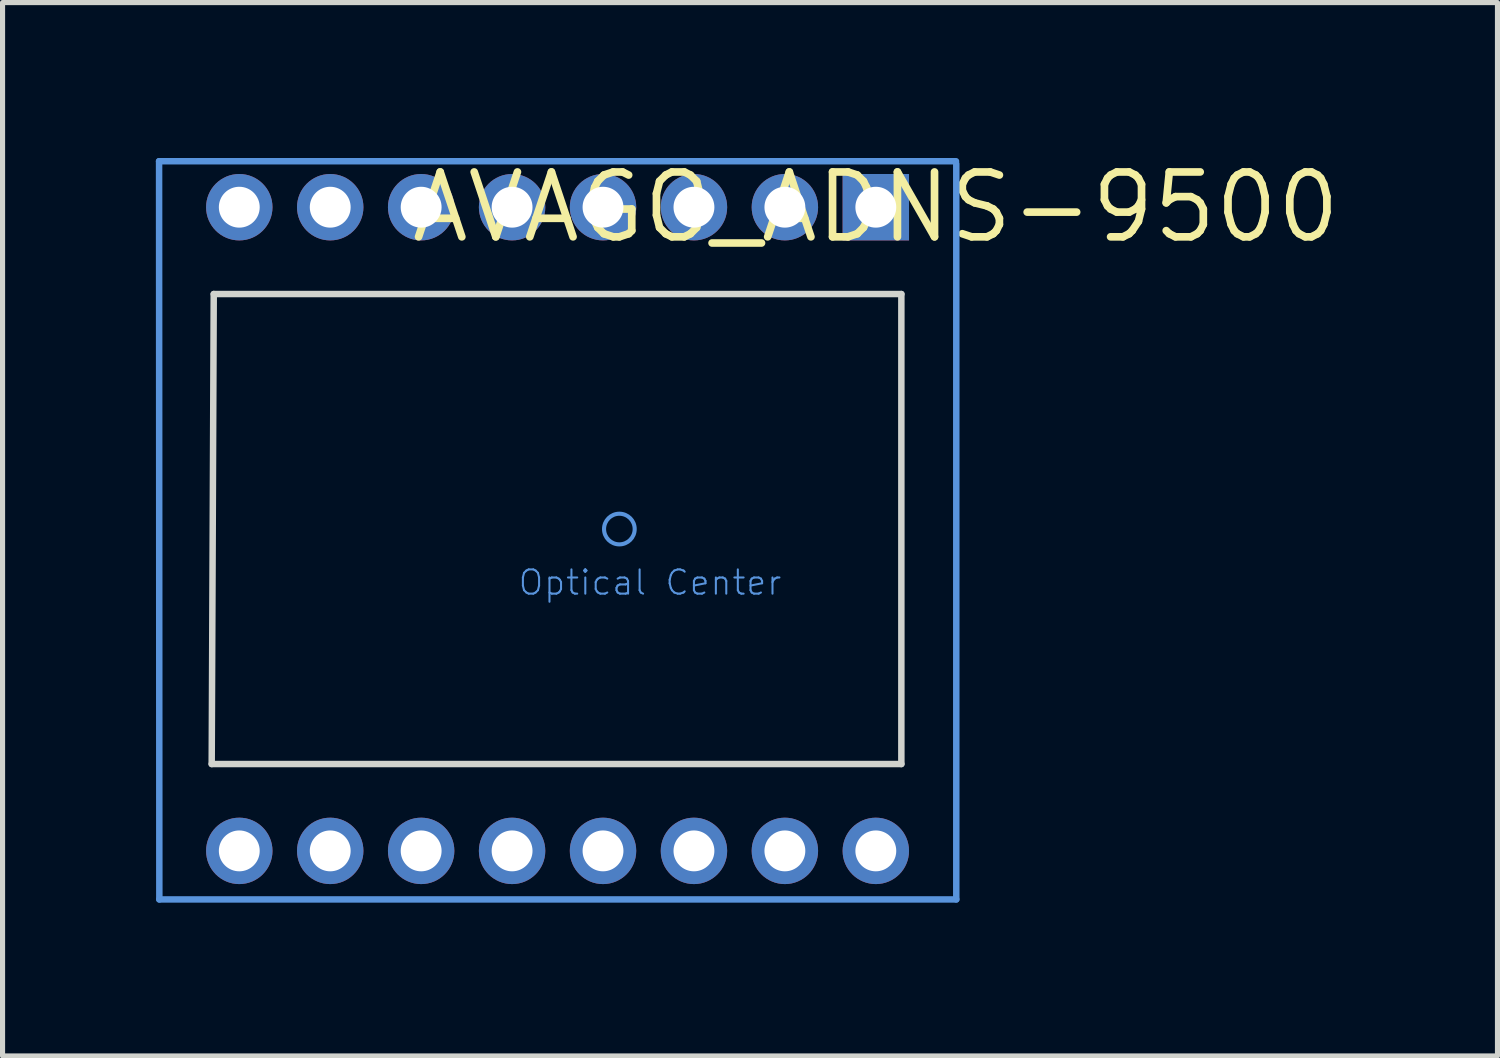
<source format=kicad_pcb>
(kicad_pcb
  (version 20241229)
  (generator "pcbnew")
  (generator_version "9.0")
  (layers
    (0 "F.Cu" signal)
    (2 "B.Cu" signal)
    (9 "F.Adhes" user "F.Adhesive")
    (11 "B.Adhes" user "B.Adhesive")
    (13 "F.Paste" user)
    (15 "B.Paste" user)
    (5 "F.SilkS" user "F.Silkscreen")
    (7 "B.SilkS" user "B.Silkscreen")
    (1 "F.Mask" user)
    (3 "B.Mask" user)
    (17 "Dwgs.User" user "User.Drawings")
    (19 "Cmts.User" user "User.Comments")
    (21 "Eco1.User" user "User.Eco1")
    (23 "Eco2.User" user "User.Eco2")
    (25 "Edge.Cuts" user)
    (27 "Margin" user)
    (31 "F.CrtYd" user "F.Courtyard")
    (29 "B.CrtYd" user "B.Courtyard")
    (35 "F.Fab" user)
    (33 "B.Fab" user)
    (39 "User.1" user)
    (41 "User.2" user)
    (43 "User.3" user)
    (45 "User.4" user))
  (footprint "AVAGO_ADNS-9500"
    (layer "F.Cu")
    (at 14.094 1.006)
    (property "Reference" "AVAGO_ADNS-9500" (at 0 0 0) (layer "F.SilkS") (effects (font (size 1.27 1.27) (thickness 0.15))))
    (attr through_hole)
    (fp_line (start -14.03 -0.9) (end -14.025 13.55) (stroke (width 0.127) (type solid)) (layer "Cmts.User"))
    (fp_line (start -14.025 13.55) (end 1.575 13.55) (stroke (width 0.127) (type solid)) (layer "Cmts.User"))
    (fp_line (start 1.57 -0.9) (end -14.03 -0.9) (stroke (width 0.127) (type solid)) (layer "Cmts.User"))
    (fp_line (start 1.575 13.55) (end 1.575 -0.85) (stroke (width 0.127) (type solid)) (layer "Cmts.User"))
    (fp_circle (center -5.02 6.3) (end -4.72 6.3) (stroke (width 0.08) (type solid)) (fill no) (layer "Cmts.User"))
    (fp_line (start -13 10.9) (end 0.5 10.9) (stroke (width 0.127) (type solid)) (layer "Edge.Cuts"))
    (fp_line (start -12.96 1.7) (end -13 10.9) (stroke (width 0.127) (type solid)) (layer "Edge.Cuts"))
    (fp_line (start 0.5 1.7) (end -12.96 1.7) (stroke (width 0.127) (type solid)) (layer "Edge.Cuts"))
    (fp_line (start 0.5 10.9) (end 0.5 1.7) (stroke (width 0.127) (type solid)) (layer "Edge.Cuts"))
    (fp_text user "Optical Center" (at -7.025 7.625 0) (layer "Cmts.User") (effects (font (size 0.475 0.475) (thickness 0.04)) (justify left bottom)))
    (pad "P$1" thru_hole rect (at 0 0) (size 1.3 1.3) (drill 0.8) (layers "*.Cu" "*.Mask"))
    (pad "P$2" thru_hole circle (at -1.78 0) (size 1.3 1.3) (drill 0.8) (layers "*.Cu" "*.Mask"))
    (pad "P$3" thru_hole circle (at -3.56 0) (size 1.3 1.3) (drill 0.8) (layers "*.Cu" "*.Mask"))
    (pad "P$4" thru_hole circle (at -5.34 0) (size 1.3 1.3) (drill 0.8) (layers "*.Cu" "*.Mask"))
    (pad "P$5" thru_hole circle (at -7.12 0) (size 1.3 1.3) (drill 0.8) (layers "*.Cu" "*.Mask"))
    (pad "P$6" thru_hole circle (at -8.9 0) (size 1.3 1.3) (drill 0.8) (layers "*.Cu" "*.Mask"))
    (pad "P$7" thru_hole circle (at -10.68 0) (size 1.3 1.3) (drill 0.8) (layers "*.Cu" "*.Mask"))
    (pad "P$8" thru_hole circle (at -12.46 0) (size 1.3 1.3) (drill 0.8) (layers "*.Cu" "*.Mask"))
    (pad "P$9" thru_hole circle (at -12.46 12.6) (size 1.3 1.3) (drill 0.8) (layers "*.Cu" "*.Mask"))
    (pad "P$10" thru_hole circle (at -10.68 12.6) (size 1.3 1.3) (drill 0.8) (layers "*.Cu" "*.Mask"))
    (pad "P$11" thru_hole circle (at -8.9 12.6) (size 1.3 1.3) (drill 0.8) (layers "*.Cu" "*.Mask"))
    (pad "P$12" thru_hole circle (at -7.12 12.6) (size 1.3 1.3) (drill 0.8) (layers "*.Cu" "*.Mask"))
    (pad "P$13" thru_hole circle (at -5.34 12.6) (size 1.3 1.3) (drill 0.8) (layers "*.Cu" "*.Mask"))
    (pad "P$14" thru_hole circle (at -3.56 12.6) (size 1.3 1.3) (drill 0.8) (layers "*.Cu" "*.Mask"))
    (pad "P$15" thru_hole circle (at -1.78 12.6) (size 1.3 1.3) (drill 0.8) (layers "*.Cu" "*.Mask"))
    (pad "P$16" thru_hole circle (at 0 12.6) (size 1.3 1.3) (drill 0.8) (layers "*.Cu" "*.Mask")))
  (gr_rect
    (start -3 -3)
    (end 26.263 17.62)
    (stroke (width 0.1) (type default))
    (fill no)
    (layer "Edge.Cuts")))
</source>
